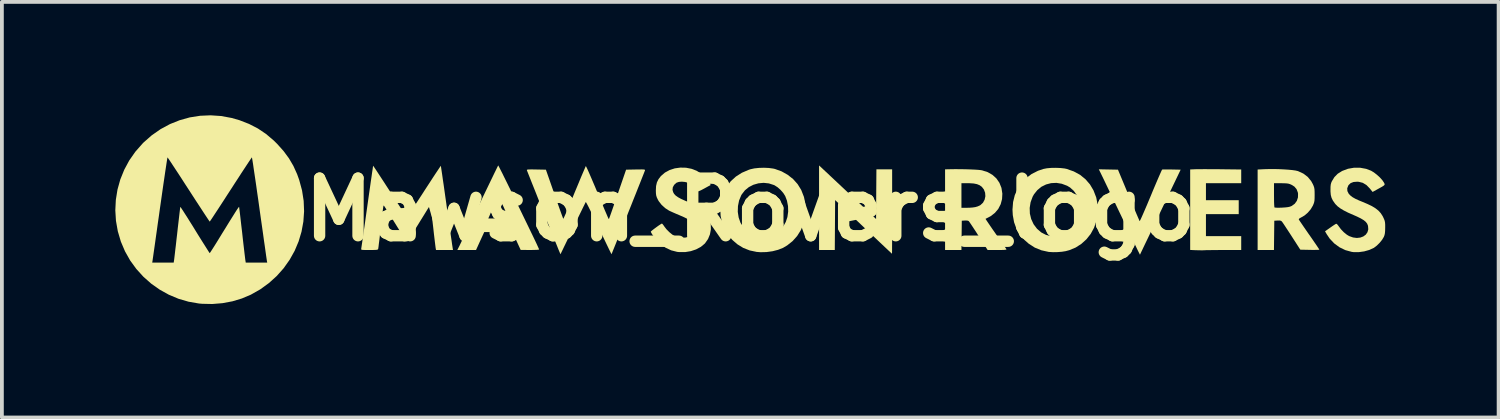
<source format=kicad_pcb>
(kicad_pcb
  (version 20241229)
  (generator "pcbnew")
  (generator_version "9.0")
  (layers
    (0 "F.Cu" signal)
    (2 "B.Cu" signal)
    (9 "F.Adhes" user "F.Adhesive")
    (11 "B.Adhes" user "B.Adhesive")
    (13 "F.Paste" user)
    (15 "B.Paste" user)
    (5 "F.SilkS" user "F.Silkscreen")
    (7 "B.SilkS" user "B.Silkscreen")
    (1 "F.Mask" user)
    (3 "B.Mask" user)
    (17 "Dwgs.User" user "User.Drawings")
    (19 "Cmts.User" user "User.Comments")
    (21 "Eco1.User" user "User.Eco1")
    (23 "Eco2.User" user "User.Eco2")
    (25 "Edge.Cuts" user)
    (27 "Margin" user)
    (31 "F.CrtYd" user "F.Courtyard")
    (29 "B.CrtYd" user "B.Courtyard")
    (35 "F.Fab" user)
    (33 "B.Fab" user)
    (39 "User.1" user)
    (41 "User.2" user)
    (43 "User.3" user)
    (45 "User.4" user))
  (footprint "Mawson_Rovers_logo"
    (layer "F.Cu")
    (at 16.797 2.496)
    (property "Reference" "Mawson_Rovers_logo" (at 0 0 0) (layer "F.SilkS") (effects (font (size 1.524 1.524) (thickness 0.3))))
    (attr board_only exclude_from_pos_files exclude_from_bom)
    (fp_poly (pts (xy 12.138 -1.071) (xy 12.27 -1.071) (xy 12.407 -1.07) (xy 12.454 -1.069) (xy 12.983 -1.063) (xy 12.983 -0.7) (xy 12.05 -0.7) (xy 12.05 -0.25) (xy 12.917 -0.25) (xy 12.917 0.117) (xy 12.05 0.117) (xy 12.05 0.7) (xy 12.983 0.7) (xy 12.983 1.067) (xy 12.537 1.067) (xy 12.414 1.067) (xy 12.297 1.068) (xy 12.192 1.069) (xy 12.105 1.07) (xy 12.041 1.071) (xy 12.008 1.073) (xy 11.951 1.075) (xy 11.876 1.074) (xy 11.795 1.072) (xy 11.779 1.072) (xy 11.633 1.065) (xy 11.633 -1.064) (xy 11.779 -1.07) (xy 11.833 -1.071) (xy 11.914 -1.071) (xy 12.018 -1.072)) (stroke (width 0) (type solid)) (fill yes) (layer "F.SilkS"))
    (fp_poly (pts (xy 1.996 -1.003) (xy 2.046 -0.957) (xy 2.116 -0.89) (xy 2.204 -0.808) (xy 2.306 -0.712) (xy 2.419 -0.606) (xy 2.538 -0.494) (xy 2.661 -0.378) (xy 2.75 -0.295) (xy 3.325 0.247) (xy 3.329 -0.41) (xy 3.334 -1.067) (xy 3.75 -1.067) (xy 3.75 0.05) (xy 3.75 0.24) (xy 3.75 0.419) (xy 3.749 0.585) (xy 3.749 0.736) (xy 3.749 0.869) (xy 3.748 0.98) (xy 3.748 1.068) (xy 3.747 1.129) (xy 3.746 1.161) (xy 3.746 1.166) (xy 3.733 1.154) (xy 3.699 1.122) (xy 3.644 1.071) (xy 3.571 1.002) (xy 3.483 0.919) (xy 3.38 0.822) (xy 3.266 0.714) (xy 3.142 0.597) (xy 3.011 0.473) (xy 2.992 0.455) (xy 2.242 -0.254) (xy 2.233 1.067) (xy 1.817 1.067) (xy 1.817 -1.17)) (stroke (width 0) (type solid)) (fill yes) (layer "F.SilkS"))
    (fp_poly (pts (xy 9.469 -1.063) (xy 9.723 -1.058) (xy 10.004 -0.383) (xy 10.063 -0.242) (xy 10.118 -0.11) (xy 10.169 0.009) (xy 10.213 0.112) (xy 10.249 0.196) (xy 10.276 0.258) (xy 10.292 0.295) (xy 10.297 0.303) (xy 10.305 0.291) (xy 10.325 0.251) (xy 10.355 0.186) (xy 10.393 0.099) (xy 10.439 -0.007) (xy 10.491 -0.128) (xy 10.547 -0.262) (xy 10.592 -0.369) (xy 10.651 -0.512) (xy 10.707 -0.644) (xy 10.758 -0.764) (xy 10.803 -0.868) (xy 10.84 -0.952) (xy 10.868 -1.015) (xy 10.886 -1.052) (xy 10.892 -1.061) (xy 10.915 -1.063) (xy 10.964 -1.064) (xy 11.033 -1.064) (xy 11.116 -1.064) (xy 11.145 -1.063) (xy 11.381 -1.058) (xy 10.874 0) (xy 10.789 0.178) (xy 10.708 0.348) (xy 10.631 0.508) (xy 10.561 0.655) (xy 10.498 0.787) (xy 10.443 0.901) (xy 10.398 0.995) (xy 10.365 1.065) (xy 10.343 1.11) (xy 10.336 1.125) (xy 10.305 1.192) (xy 10.263 1.108) (xy 10.248 1.079) (xy 10.221 1.022) (xy 10.182 0.941) (xy 10.132 0.838) (xy 10.074 0.716) (xy 10.007 0.579) (xy 9.935 0.428) (xy 9.858 0.266) (xy 9.777 0.097) (xy 9.758 0.058) (xy 9.677 -0.112) (xy 9.599 -0.275) (xy 9.525 -0.428) (xy 9.458 -0.569) (xy 9.398 -0.694) (xy 9.347 -0.801) (xy 9.305 -0.887) (xy 9.275 -0.949) (xy 9.258 -0.984) (xy 9.256 -0.988) (xy 9.216 -1.068)) (stroke (width 0) (type solid)) (fill yes) (layer "F.SilkS"))
    (fp_poly (pts (xy -6.661 -1.157) (xy -6.64 -1.117) (xy -6.607 -1.052) (xy -6.563 -0.966) (xy -6.511 -0.86) (xy -6.451 -0.739) (xy -6.385 -0.605) (xy -6.314 -0.461) (xy -6.24 -0.309) (xy -6.164 -0.153) (xy -6.087 0.005) (xy -6.011 0.162) (xy -5.937 0.315) (xy -5.866 0.461) (xy -5.8 0.598) (xy -5.74 0.722) (xy -5.688 0.831) (xy -5.645 0.922) (xy -5.613 0.993) (xy -5.592 1.039) (xy -5.586 1.053) (xy -5.6 1.057) (xy -5.641 1.062) (xy -5.705 1.064) (xy -5.785 1.066) (xy -5.828 1.066) (xy -6.075 1.065) (xy -6.293 0.592) (xy -7.039 0.592) (xy -7.148 0.829) (xy -7.256 1.067) (xy -7.751 1.067) (xy -7.708 0.982) (xy -7.693 0.953) (xy -7.666 0.896) (xy -7.627 0.815) (xy -7.577 0.712) (xy -7.518 0.589) (xy -7.451 0.451) (xy -7.378 0.298) (xy -7.347 0.233) (xy -6.932 0.233) (xy -6.664 0.233) (xy -6.56 0.233) (xy -6.486 0.231) (xy -6.437 0.227) (xy -6.411 0.222) (xy -6.404 0.214) (xy -6.405 0.212) (xy -6.438 0.131) (xy -6.476 0.043) (xy -6.516 -0.048) (xy -6.556 -0.135) (xy -6.593 -0.214) (xy -6.625 -0.28) (xy -6.65 -0.328) (xy -6.665 -0.353) (xy -6.668 -0.355) (xy -6.678 -0.34) (xy -6.695 -0.303) (xy -6.723 -0.244) (xy -6.76 -0.16) (xy -6.809 -0.05) (xy -6.869 0.088) (xy -6.901 0.163) (xy -6.932 0.233) (xy -7.347 0.233) (xy -7.299 0.134) (xy -7.217 -0.038) (xy -7.173 -0.13) (xy -7.09 -0.304) (xy -7.011 -0.468) (xy -6.937 -0.621) (xy -6.87 -0.76) (xy -6.81 -0.884) (xy -6.76 -0.988) (xy -6.719 -1.071) (xy -6.69 -1.131) (xy -6.673 -1.164) (xy -6.669 -1.171)) (stroke (width 0) (type solid)) (fill yes) (layer "F.SilkS"))
    (fp_poly (pts (xy 0.489 -1.103) (xy 0.606 -1.087) (xy 0.65 -1.077) (xy 0.827 -1.013) (xy 0.988 -0.922) (xy 1.13 -0.81) (xy 1.249 -0.677) (xy 1.342 -0.527) (xy 1.347 -0.517) (xy 1.417 -0.338) (xy 1.456 -0.155) (xy 1.466 0.028) (xy 1.448 0.209) (xy 1.403 0.382) (xy 1.332 0.546) (xy 1.237 0.697) (xy 1.117 0.831) (xy 0.975 0.944) (xy 0.864 1.01) (xy 0.735 1.061) (xy 0.587 1.099) (xy 0.428 1.121) (xy 0.269 1.125) (xy 0.167 1.117) (xy -0.017 1.078) (xy -0.188 1.011) (xy -0.341 0.917) (xy -0.476 0.801) (xy -0.591 0.665) (xy -0.682 0.511) (xy -0.748 0.343) (xy -0.787 0.163) (xy -0.792 0.056) (xy -0.333 0.056) (xy -0.31 0.206) (xy -0.262 0.343) (xy -0.254 0.358) (xy -0.177 0.473) (xy -0.078 0.568) (xy 0.039 0.639) (xy 0.169 0.687) (xy 0.306 0.708) (xy 0.446 0.7) (xy 0.558 0.672) (xy 0.689 0.61) (xy 0.799 0.524) (xy 0.889 0.411) (xy 0.938 0.321) (xy 0.98 0.194) (xy 1 0.052) (xy 0.996 -0.094) (xy 0.968 -0.238) (xy 0.922 -0.36) (xy 0.871 -0.441) (xy 0.8 -0.522) (xy 0.72 -0.593) (xy 0.639 -0.645) (xy 0.624 -0.652) (xy 0.489 -0.695) (xy 0.35 -0.71) (xy 0.212 -0.697) (xy 0.08 -0.659) (xy -0.04 -0.597) (xy -0.144 -0.512) (xy -0.227 -0.405) (xy -0.241 -0.382) (xy -0.298 -0.245) (xy -0.328 -0.096) (xy -0.333 0.056) (xy -0.792 0.056) (xy -0.796 -0.027) (xy -0.794 -0.061) (xy -0.766 -0.261) (xy -0.711 -0.444) (xy -0.628 -0.608) (xy -0.519 -0.752) (xy -0.384 -0.875) (xy -0.224 -0.977) (xy -0.039 -1.056) (xy 0.001 -1.069) (xy 0.104 -1.092) (xy 0.227 -1.105) (xy 0.359 -1.109)) (stroke (width 0) (type solid)) (fill yes) (layer "F.SilkS"))
    (fp_poly (pts (xy 5.551 -1.071) (xy 5.685 -1.069) (xy 5.812 -1.065) (xy 5.927 -1.06) (xy 6.024 -1.054) (xy 6.097 -1.046) (xy 6.13 -1.04) (xy 6.277 -0.993) (xy 6.403 -0.921) (xy 6.507 -0.827) (xy 6.587 -0.712) (xy 6.64 -0.58) (xy 6.642 -0.572) (xy 6.665 -0.424) (xy 6.657 -0.28) (xy 6.621 -0.145) (xy 6.558 -0.022) (xy 6.469 0.084) (xy 6.357 0.171) (xy 6.305 0.199) (xy 6.26 0.222) (xy 6.228 0.238) (xy 6.22 0.242) (xy 6.228 0.256) (xy 6.253 0.294) (xy 6.292 0.352) (xy 6.343 0.427) (xy 6.404 0.516) (xy 6.473 0.614) (xy 6.488 0.636) (xy 6.559 0.737) (xy 6.623 0.83) (xy 6.68 0.91) (xy 6.725 0.976) (xy 6.757 1.022) (xy 6.772 1.044) (xy 6.773 1.046) (xy 6.771 1.054) (xy 6.751 1.06) (xy 6.709 1.064) (xy 6.643 1.066) (xy 6.547 1.066) (xy 6.53 1.066) (xy 6.275 1.066) (xy 6.034 0.691) (xy 5.97 0.59) (xy 5.91 0.499) (xy 5.858 0.42) (xy 5.816 0.358) (xy 5.787 0.316) (xy 5.773 0.299) (xy 5.745 0.289) (xy 5.698 0.286) (xy 5.672 0.287) (xy 5.592 0.292) (xy 5.583 1.067) (xy 5.15 1.067) (xy 5.15 -0.05) (xy 5.583 -0.05) (xy 5.724 -0.05) (xy 5.803 -0.052) (xy 5.88 -0.058) (xy 5.942 -0.067) (xy 5.949 -0.068) (xy 6.011 -0.086) (xy 6.069 -0.112) (xy 6.087 -0.123) (xy 6.154 -0.186) (xy 6.197 -0.267) (xy 6.216 -0.356) (xy 6.209 -0.448) (xy 6.177 -0.534) (xy 6.123 -0.604) (xy 6.065 -0.646) (xy 5.995 -0.675) (xy 5.907 -0.693) (xy 5.793 -0.7) (xy 5.756 -0.7) (xy 5.583 -0.7) (xy 5.583 -0.05) (xy 5.15 -0.05) (xy 5.15 -1.067) (xy 5.287 -1.07) (xy 5.417 -1.072)) (stroke (width 0) (type solid)) (fill yes) (layer "F.SilkS"))
    (fp_poly (pts (xy 8.202 -1.102) (xy 8.31 -1.09) (xy 8.367 -1.078) (xy 8.554 -1.012) (xy 8.72 -0.922) (xy 8.862 -0.807) (xy 8.982 -0.669) (xy 9.076 -0.51) (xy 9.146 -0.329) (xy 9.15 -0.314) (xy 9.174 -0.19) (xy 9.185 -0.048) (xy 9.182 0.099) (xy 9.166 0.238) (xy 9.151 0.305) (xy 9.089 0.481) (xy 9.001 0.642) (xy 8.888 0.784) (xy 8.754 0.905) (xy 8.603 1.002) (xy 8.436 1.071) (xy 8.339 1.097) (xy 8.238 1.113) (xy 8.122 1.122) (xy 8.006 1.124) (xy 7.904 1.118) (xy 7.886 1.116) (xy 7.697 1.074) (xy 7.523 1.003) (xy 7.364 0.901) (xy 7.248 0.799) (xy 7.128 0.658) (xy 7.037 0.503) (xy 6.975 0.332) (xy 6.941 0.143) (xy 6.933 -0.007) (xy 6.937 -0.047) (xy 7.388 -0.047) (xy 7.393 0.103) (xy 7.428 0.248) (xy 7.491 0.384) (xy 7.581 0.504) (xy 7.585 0.508) (xy 7.695 0.602) (xy 7.82 0.667) (xy 7.957 0.701) (xy 8.106 0.704) (xy 8.265 0.677) (xy 8.276 0.674) (xy 8.335 0.651) (xy 8.403 0.616) (xy 8.453 0.584) (xy 8.554 0.493) (xy 8.632 0.384) (xy 8.687 0.262) (xy 8.719 0.131) (xy 8.73 -0.005) (xy 8.718 -0.14) (xy 8.685 -0.27) (xy 8.63 -0.39) (xy 8.555 -0.497) (xy 8.458 -0.585) (xy 8.378 -0.633) (xy 8.236 -0.686) (xy 8.094 -0.709) (xy 7.954 -0.702) (xy 7.821 -0.667) (xy 7.698 -0.606) (xy 7.591 -0.518) (xy 7.502 -0.407) (xy 7.466 -0.343) (xy 7.412 -0.197) (xy 7.388 -0.047) (xy 6.937 -0.047) (xy 6.949 -0.202) (xy 6.994 -0.384) (xy 7.068 -0.552) (xy 7.168 -0.703) (xy 7.292 -0.834) (xy 7.44 -0.944) (xy 7.608 -1.029) (xy 7.75 -1.077) (xy 7.843 -1.095) (xy 7.957 -1.105) (xy 8.081 -1.107)) (stroke (width 0) (type solid)) (fill yes) (layer "F.SilkS"))
    (fp_poly (pts (xy 13.973 -1.072) (xy 14.103 -1.066) (xy 14.224 -1.058) (xy 14.331 -1.048) (xy 14.418 -1.036) (xy 14.478 -1.022) (xy 14.485 -1.02) (xy 14.626 -0.955) (xy 14.741 -0.868) (xy 14.832 -0.758) (xy 14.878 -0.675) (xy 14.899 -0.627) (xy 14.913 -0.584) (xy 14.921 -0.537) (xy 14.924 -0.476) (xy 14.925 -0.392) (xy 14.925 -0.392) (xy 14.924 -0.307) (xy 14.921 -0.246) (xy 14.913 -0.199) (xy 14.899 -0.156) (xy 14.878 -0.107) (xy 14.877 -0.105) (xy 14.821 -0.011) (xy 14.745 0.078) (xy 14.658 0.153) (xy 14.574 0.202) (xy 14.525 0.229) (xy 14.506 0.251) (xy 14.506 0.258) (xy 14.517 0.277) (xy 14.545 0.319) (xy 14.588 0.382) (xy 14.641 0.46) (xy 14.704 0.551) (xy 14.773 0.651) (xy 14.782 0.663) (xy 14.852 0.763) (xy 14.914 0.854) (xy 14.968 0.932) (xy 15.01 0.995) (xy 15.038 1.037) (xy 15.05 1.057) (xy 15.05 1.057) (xy 15.034 1.061) (xy 14.991 1.063) (xy 14.926 1.064) (xy 14.845 1.064) (xy 14.798 1.063) (xy 14.546 1.058) (xy 14.316 0.701) (xy 14.252 0.602) (xy 14.192 0.511) (xy 14.141 0.433) (xy 14.099 0.37) (xy 14.07 0.328) (xy 14.059 0.313) (xy 14.034 0.294) (xy 13.996 0.286) (xy 13.945 0.287) (xy 13.858 0.292) (xy 13.849 1.067) (xy 13.417 1.067) (xy 13.417 -0.7) (xy 13.85 -0.7) (xy 13.85 -0.386) (xy 13.851 -0.287) (xy 13.852 -0.199) (xy 13.855 -0.128) (xy 13.859 -0.08) (xy 13.862 -0.059) (xy 13.863 -0.059) (xy 13.883 -0.055) (xy 13.93 -0.052) (xy 13.996 -0.052) (xy 14.06 -0.054) (xy 14.153 -0.06) (xy 14.22 -0.068) (xy 14.272 -0.08) (xy 14.315 -0.097) (xy 14.319 -0.099) (xy 14.398 -0.156) (xy 14.454 -0.233) (xy 14.484 -0.325) (xy 14.486 -0.424) (xy 14.481 -0.454) (xy 14.447 -0.543) (xy 14.389 -0.611) (xy 14.31 -0.66) (xy 14.267 -0.678) (xy 14.225 -0.69) (xy 14.174 -0.696) (xy 14.106 -0.699) (xy 14.037 -0.7) (xy 13.85 -0.7) (xy 13.417 -0.7) (xy 13.417 -1.062) (xy 13.596 -1.071) (xy 13.714 -1.074) (xy 13.842 -1.075)) (stroke (width 0) (type solid)) (fill yes) (layer "F.SilkS"))
    (fp_poly (pts (xy 16.13 -1.109) (xy 16.288 -1.08) (xy 16.417 -1.031) (xy 16.493 -0.985) (xy 16.573 -0.923) (xy 16.65 -0.853) (xy 16.715 -0.781) (xy 16.758 -0.718) (xy 16.758 -0.717) (xy 16.771 -0.692) (xy 16.777 -0.672) (xy 16.771 -0.654) (xy 16.751 -0.635) (xy 16.711 -0.609) (xy 16.65 -0.575) (xy 16.585 -0.539) (xy 16.458 -0.469) (xy 16.383 -0.562) (xy 16.295 -0.652) (xy 16.199 -0.71) (xy 16.093 -0.737) (xy 16.053 -0.74) (xy 15.953 -0.732) (xy 15.878 -0.703) (xy 15.824 -0.652) (xy 15.817 -0.642) (xy 15.787 -0.567) (xy 15.791 -0.492) (xy 15.826 -0.422) (xy 15.87 -0.375) (xy 15.927 -0.331) (xy 16.003 -0.288) (xy 16.103 -0.242) (xy 16.173 -0.214) (xy 16.322 -0.151) (xy 16.442 -0.093) (xy 16.538 -0.034) (xy 16.614 0.027) (xy 16.674 0.093) (xy 16.723 0.169) (xy 16.737 0.197) (xy 16.762 0.251) (xy 16.778 0.295) (xy 16.787 0.341) (xy 16.791 0.398) (xy 16.791 0.475) (xy 16.789 0.562) (xy 16.783 0.626) (xy 16.772 0.676) (xy 16.755 0.72) (xy 16.709 0.797) (xy 16.644 0.877) (xy 16.569 0.951) (xy 16.494 1.008) (xy 16.487 1.012) (xy 16.371 1.065) (xy 16.236 1.103) (xy 16.094 1.123) (xy 15.959 1.123) (xy 15.906 1.116) (xy 15.738 1.07) (xy 15.583 0.995) (xy 15.443 0.892) (xy 15.323 0.765) (xy 15.244 0.648) (xy 15.2 0.572) (xy 15.336 0.476) (xy 15.396 0.434) (xy 15.447 0.4) (xy 15.483 0.378) (xy 15.494 0.372) (xy 15.514 0.38) (xy 15.542 0.411) (xy 15.559 0.435) (xy 15.621 0.518) (xy 15.697 0.597) (xy 15.777 0.662) (xy 15.837 0.698) (xy 15.941 0.735) (xy 16.04 0.748) (xy 16.133 0.738) (xy 16.213 0.708) (xy 16.278 0.66) (xy 16.322 0.597) (xy 16.344 0.52) (xy 16.337 0.431) (xy 16.334 0.42) (xy 16.314 0.37) (xy 16.278 0.323) (xy 16.224 0.278) (xy 16.147 0.232) (xy 16.044 0.181) (xy 15.955 0.142) (xy 15.811 0.079) (xy 15.695 0.02) (xy 15.603 -0.035) (xy 15.532 -0.089) (xy 15.476 -0.146) (xy 15.462 -0.163) (xy 15.407 -0.242) (xy 15.372 -0.314) (xy 15.352 -0.39) (xy 15.344 -0.482) (xy 15.344 -0.525) (xy 15.345 -0.606) (xy 15.351 -0.665) (xy 15.364 -0.713) (xy 15.381 -0.752) (xy 15.449 -0.863) (xy 15.536 -0.951) (xy 15.648 -1.021) (xy 15.655 -1.025) (xy 15.807 -1.082) (xy 15.968 -1.11)) (stroke (width 0) (type solid)) (fill yes) (layer "F.SilkS"))
    (fp_poly (pts (xy -1.703 -1.11) (xy -1.556 -1.081) (xy -1.423 -1.03) (xy -1.335 -0.976) (xy -1.246 -0.905) (xy -1.165 -0.825) (xy -1.102 -0.745) (xy -1.087 -0.721) (xy -1.05 -0.653) (xy -1.221 -0.559) (xy -1.304 -0.515) (xy -1.361 -0.49) (xy -1.392 -0.483) (xy -1.398 -0.487) (xy -1.421 -0.524) (xy -1.463 -0.571) (xy -1.517 -0.621) (xy -1.574 -0.667) (xy -1.626 -0.701) (xy -1.648 -0.711) (xy -1.727 -0.733) (xy -1.811 -0.741) (xy -1.889 -0.735) (xy -1.949 -0.715) (xy -1.956 -0.711) (xy -2.015 -0.658) (xy -2.051 -0.593) (xy -2.059 -0.526) (xy -2.057 -0.517) (xy -2.042 -0.463) (xy -2.016 -0.416) (xy -1.974 -0.372) (xy -1.913 -0.329) (xy -1.83 -0.284) (xy -1.721 -0.235) (xy -1.629 -0.198) (xy -1.501 -0.144) (xy -1.399 -0.093) (xy -1.316 -0.043) (xy -1.246 0.011) (xy -1.21 0.046) (xy -1.129 0.148) (xy -1.075 0.266) (xy -1.047 0.393) (xy -1.045 0.524) (xy -1.069 0.653) (xy -1.119 0.775) (xy -1.195 0.884) (xy -1.206 0.897) (xy -1.309 0.983) (xy -1.434 1.05) (xy -1.575 1.097) (xy -1.725 1.122) (xy -1.878 1.122) (xy -1.936 1.116) (xy -2.095 1.075) (xy -2.246 1.004) (xy -2.383 0.905) (xy -2.454 0.836) (xy -2.498 0.786) (xy -2.543 0.728) (xy -2.584 0.672) (xy -2.615 0.622) (xy -2.632 0.589) (xy -2.633 0.581) (xy -2.621 0.567) (xy -2.587 0.539) (xy -2.54 0.503) (xy -2.486 0.463) (xy -2.432 0.424) (xy -2.384 0.392) (xy -2.351 0.372) (xy -2.339 0.367) (xy -2.323 0.38) (xy -2.297 0.413) (xy -2.279 0.44) (xy -2.22 0.517) (xy -2.144 0.594) (xy -2.063 0.66) (xy -1.987 0.705) (xy -1.9 0.732) (xy -1.805 0.743) (xy -1.712 0.737) (xy -1.633 0.714) (xy -1.612 0.703) (xy -1.548 0.648) (xy -1.512 0.58) (xy -1.5 0.492) (xy -1.5 0.488) (xy -1.505 0.427) (xy -1.521 0.374) (xy -1.552 0.328) (xy -1.601 0.284) (xy -1.672 0.24) (xy -1.768 0.193) (xy -1.883 0.143) (xy -1.966 0.108) (xy -2.044 0.074) (xy -2.11 0.044) (xy -2.151 0.025) (xy -2.254 -0.042) (xy -2.349 -0.129) (xy -2.425 -0.227) (xy -2.449 -0.27) (xy -2.476 -0.328) (xy -2.491 -0.379) (xy -2.498 -0.435) (xy -2.5 -0.508) (xy -2.494 -0.625) (xy -2.472 -0.721) (xy -2.431 -0.805) (xy -2.369 -0.886) (xy -2.363 -0.892) (xy -2.26 -0.981) (xy -2.137 -1.048) (xy -1.999 -1.093) (xy -1.853 -1.113)) (stroke (width 0) (type solid)) (fill yes) (layer "F.SilkS"))
    (fp_poly (pts (xy -4.344 -1.141) (xy -4.324 -1.101) (xy -4.294 -1.036) (xy -4.256 -0.95) (xy -4.211 -0.846) (xy -4.16 -0.726) (xy -4.104 -0.595) (xy -4.076 -0.528) (xy -4.003 -0.353) (xy -3.942 -0.206) (xy -3.891 -0.085) (xy -3.85 0.013) (xy -3.817 0.089) (xy -3.792 0.147) (xy -3.774 0.19) (xy -3.761 0.218) (xy -3.752 0.236) (xy -3.746 0.244) (xy -3.743 0.247) (xy -3.74 0.246) (xy -3.74 0.246) (xy -3.734 0.229) (xy -3.717 0.184) (xy -3.692 0.114) (xy -3.66 0.023) (xy -3.622 -0.086) (xy -3.579 -0.211) (xy -3.532 -0.346) (xy -3.51 -0.41) (xy -3.287 -1.058) (xy -3.033 -1.063) (xy -2.936 -1.064) (xy -2.868 -1.065) (xy -2.823 -1.063) (xy -2.798 -1.059) (xy -2.787 -1.052) (xy -2.787 -1.042) (xy -2.787 -1.038) (xy -2.795 -1.019) (xy -2.813 -0.972) (xy -2.841 -0.901) (xy -2.878 -0.808) (xy -2.922 -0.696) (xy -2.973 -0.569) (xy -3.028 -0.429) (xy -3.088 -0.28) (xy -3.15 -0.123) (xy -3.214 0.036) (xy -3.278 0.197) (xy -3.341 0.355) (xy -3.402 0.508) (xy -3.46 0.652) (xy -3.514 0.785) (xy -3.561 0.903) (xy -3.602 1.004) (xy -3.635 1.085) (xy -3.658 1.143) (xy -3.671 1.174) (xy -3.673 1.178) (xy -3.68 1.164) (xy -3.701 1.123) (xy -3.733 1.058) (xy -3.775 0.971) (xy -3.825 0.867) (xy -3.883 0.746) (xy -3.947 0.614) (xy -4.009 0.483) (xy -4.077 0.342) (xy -4.14 0.211) (xy -4.198 0.093) (xy -4.249 -0.01) (xy -4.291 -0.094) (xy -4.324 -0.156) (xy -4.345 -0.193) (xy -4.353 -0.203) (xy -4.362 -0.186) (xy -4.384 -0.142) (xy -4.418 -0.074) (xy -4.461 0.015) (xy -4.513 0.121) (xy -4.572 0.243) (xy -4.636 0.376) (xy -4.691 0.491) (xy -4.759 0.631) (xy -4.821 0.762) (xy -4.878 0.88) (xy -4.928 0.983) (xy -4.968 1.067) (xy -4.999 1.13) (xy -5.017 1.168) (xy -5.023 1.178) (xy -5.029 1.164) (xy -5.047 1.121) (xy -5.076 1.052) (xy -5.113 0.959) (xy -5.159 0.846) (xy -5.213 0.713) (xy -5.272 0.564) (xy -5.337 0.402) (xy -5.406 0.228) (xy -5.463 0.087) (xy -5.535 -0.095) (xy -5.604 -0.268) (xy -5.668 -0.431) (xy -5.727 -0.579) (xy -5.78 -0.711) (xy -5.825 -0.825) (xy -5.861 -0.916) (xy -5.888 -0.984) (xy -5.905 -1.026) (xy -5.909 -1.038) (xy -5.912 -1.049) (xy -5.905 -1.057) (xy -5.886 -1.062) (xy -5.848 -1.064) (xy -5.789 -1.065) (xy -5.702 -1.064) (xy -5.664 -1.063) (xy -5.408 -1.058) (xy -5.183 -0.414) (xy -5.134 -0.274) (xy -5.089 -0.145) (xy -5.048 -0.029) (xy -5.012 0.071) (xy -4.983 0.151) (xy -4.962 0.207) (xy -4.95 0.237) (xy -4.948 0.24) (xy -4.94 0.228) (xy -4.921 0.187) (xy -4.891 0.121) (xy -4.853 0.034) (xy -4.808 -0.072) (xy -4.756 -0.194) (xy -4.699 -0.328) (xy -4.651 -0.446) (xy -4.591 -0.589) (xy -4.535 -0.723) (xy -4.485 -0.845) (xy -4.44 -0.951) (xy -4.403 -1.037) (xy -4.375 -1.102) (xy -4.358 -1.142) (xy -4.352 -1.153)) (stroke (width 0) (type solid)) (fill yes) (layer "F.SilkS"))
    (fp_poly (pts (xy -9.968 -1.149) (xy -9.942 -1.111) (xy -9.901 -1.05) (xy -9.848 -0.969) (xy -9.784 -0.871) (xy -9.71 -0.758) (xy -9.629 -0.633) (xy -9.542 -0.499) (xy -9.532 -0.484) (xy -9.445 -0.348) (xy -9.363 -0.222) (xy -9.288 -0.107) (xy -9.222 -0.006) (xy -9.167 0.077) (xy -9.124 0.141) (xy -9.096 0.183) (xy -9.084 0.199) (xy -9.083 0.199) (xy -9.073 0.186) (xy -9.046 0.147) (xy -9.005 0.085) (xy -8.951 0.004) (xy -8.886 -0.095) (xy -8.812 -0.208) (xy -8.731 -0.333) (xy -8.643 -0.468) (xy -8.634 -0.483) (xy -8.546 -0.618) (xy -8.464 -0.744) (xy -8.39 -0.858) (xy -8.324 -0.958) (xy -8.269 -1.04) (xy -8.227 -1.103) (xy -8.199 -1.144) (xy -8.188 -1.16) (xy -8.187 -1.16) (xy -8.184 -1.143) (xy -8.177 -1.096) (xy -8.166 -1.021) (xy -8.151 -0.922) (xy -8.134 -0.8) (xy -8.113 -0.66) (xy -8.091 -0.504) (xy -8.067 -0.333) (xy -8.041 -0.152) (xy -8.034 -0.098) (xy -8.007 0.087) (xy -7.982 0.264) (xy -7.959 0.429) (xy -7.938 0.579) (xy -7.919 0.712) (xy -7.902 0.824) (xy -7.89 0.913) (xy -7.88 0.976) (xy -7.875 1.009) (xy -7.875 1.012) (xy -7.865 1.067) (xy -8.314 1.067) (xy -8.323 1.021) (xy -8.327 0.993) (xy -8.334 0.937) (xy -8.344 0.857) (xy -8.356 0.756) (xy -8.37 0.639) (xy -8.384 0.511) (xy -8.393 0.433) (xy -8.408 0.303) (xy -8.422 0.183) (xy -8.434 0.078) (xy -8.445 -0.008) (xy -8.453 -0.071) (xy -8.459 -0.108) (xy -8.46 -0.115) (xy -8.462 -0.118) (xy -8.465 -0.119) (xy -8.47 -0.115) (xy -8.478 -0.104) (xy -8.493 -0.083) (xy -8.515 -0.049) (xy -8.546 0.000061) (xy -8.587 0.067) (xy -8.642 0.156) (xy -8.711 0.267) (xy -8.775 0.371) (xy -8.845 0.484) (xy -8.91 0.588) (xy -8.968 0.679) (xy -9.016 0.754) (xy -9.053 0.81) (xy -9.076 0.842) (xy -9.083 0.85) (xy -9.094 0.836) (xy -9.12 0.797) (xy -9.16 0.737) (xy -9.211 0.657) (xy -9.271 0.563) (xy -9.338 0.456) (xy -9.393 0.367) (xy -9.464 0.253) (xy -9.529 0.148) (xy -9.587 0.057) (xy -9.635 -0.019) (xy -9.671 -0.075) (xy -9.694 -0.108) (xy -9.701 -0.117) (xy -9.705 -0.101) (xy -9.712 -0.055) (xy -9.722 0.015) (xy -9.733 0.108) (xy -9.747 0.218) (xy -9.761 0.343) (xy -9.773 0.446) (xy -9.788 0.58) (xy -9.802 0.705) (xy -9.815 0.815) (xy -9.827 0.908) (xy -9.835 0.979) (xy -9.842 1.024) (xy -9.844 1.038) (xy -9.851 1.049) (xy -9.866 1.058) (xy -9.896 1.063) (xy -9.945 1.065) (xy -10.019 1.067) (xy -10.076 1.067) (xy -10.166 1.067) (xy -10.228 1.065) (xy -10.267 1.063) (xy -10.287 1.057) (xy -10.294 1.048) (xy -10.294 1.035) (xy -10.292 1.029) (xy -10.289 1.007) (xy -10.281 0.954) (xy -10.269 0.874) (xy -10.254 0.769) (xy -10.236 0.643) (xy -10.215 0.498) (xy -10.192 0.338) (xy -10.168 0.165) (xy -10.142 -0.019) (xy -10.133 -0.083) (xy -10.107 -0.268) (xy -10.082 -0.443) (xy -10.059 -0.605) (xy -10.038 -0.752) (xy -10.019 -0.881) (xy -10.004 -0.989) (xy -9.991 -1.073) (xy -9.983 -1.131) (xy -9.978 -1.159) (xy -9.977 -1.161)) (stroke (width 0) (type solid)) (fill yes) (layer "F.SilkS"))
    (fp_poly (pts (xy -13.996 -2.477) (xy -13.716 -2.425) (xy -13.514 -2.367) (xy -13.26 -2.268) (xy -13.027 -2.148) (xy -12.811 -2.003) (xy -12.607 -1.83) (xy -12.515 -1.739) (xy -12.346 -1.55) (xy -12.205 -1.359) (xy -12.087 -1.158) (xy -11.988 -0.939) (xy -11.933 -0.786) (xy -11.858 -0.509) (xy -11.815 -0.232) (xy -11.804 0.043) (xy -11.823 0.315) (xy -11.872 0.582) (xy -11.949 0.84) (xy -12.054 1.089) (xy -12.186 1.325) (xy -12.344 1.548) (xy -12.526 1.753) (xy -12.733 1.94) (xy -12.963 2.107) (xy -13.212 2.248) (xy -13.448 2.348) (xy -13.7 2.424) (xy -13.964 2.473) (xy -14.233 2.495) (xy -14.501 2.489) (xy -14.583 2.482) (xy -14.86 2.434) (xy -15.127 2.356) (xy -15.382 2.249) (xy -15.623 2.115) (xy -15.848 1.956) (xy -16.055 1.773) (xy -16.241 1.568) (xy -16.363 1.4) (xy -15.821 1.4) (xy -15.253 1.4) (xy -15.243 1.337) (xy -15.239 1.307) (xy -15.232 1.248) (xy -15.222 1.164) (xy -15.21 1.058) (xy -15.195 0.935) (xy -15.18 0.798) (xy -15.163 0.653) (xy -15.158 0.608) (xy -15.142 0.463) (xy -15.126 0.327) (xy -15.112 0.206) (xy -15.1 0.101) (xy -15.09 0.018) (xy -15.083 -0.04) (xy -15.079 -0.071) (xy -15.078 -0.074) (xy -15.068 -0.063) (xy -15.043 -0.027) (xy -15.004 0.032) (xy -14.954 0.111) (xy -14.892 0.207) (xy -14.823 0.318) (xy -14.746 0.44) (xy -14.691 0.53) (xy -14.611 0.66) (xy -14.536 0.78) (xy -14.468 0.888) (xy -14.409 0.981) (xy -14.361 1.057) (xy -14.326 1.112) (xy -14.305 1.143) (xy -14.3 1.149) (xy -14.289 1.135) (xy -14.264 1.097) (xy -14.226 1.038) (xy -14.178 0.963) (xy -14.123 0.875) (xy -14.084 0.812) (xy -13.969 0.624) (xy -13.869 0.463) (xy -13.785 0.326) (xy -13.714 0.213) (xy -13.657 0.122) (xy -13.612 0.05) (xy -13.577 -0.004) (xy -13.551 -0.041) (xy -13.535 -0.064) (xy -13.525 -0.074) (xy -13.523 -0.074) (xy -13.52 -0.054) (xy -13.514 -0.005) (xy -13.505 0.069) (xy -13.493 0.167) (xy -13.48 0.283) (xy -13.465 0.414) (xy -13.448 0.556) (xy -13.442 0.608) (xy -13.426 0.756) (xy -13.41 0.896) (xy -13.395 1.023) (xy -13.382 1.135) (xy -13.371 1.226) (xy -13.363 1.293) (xy -13.358 1.332) (xy -13.357 1.337) (xy -13.347 1.4) (xy -12.779 1.4) (xy -12.788 1.354) (xy -12.791 1.331) (xy -12.799 1.277) (xy -12.811 1.195) (xy -12.826 1.088) (xy -12.844 0.959) (xy -12.866 0.809) (xy -12.889 0.641) (xy -12.915 0.458) (xy -12.943 0.263) (xy -12.972 0.058) (xy -12.985 -0.037) (xy -13.014 -0.245) (xy -13.043 -0.443) (xy -13.069 -0.628) (xy -13.094 -0.799) (xy -13.117 -0.953) (xy -13.137 -1.087) (xy -13.153 -1.2) (xy -13.167 -1.287) (xy -13.177 -1.348) (xy -13.183 -1.379) (xy -13.184 -1.383) (xy -13.195 -1.37) (xy -13.222 -1.33) (xy -13.264 -1.268) (xy -13.319 -1.185) (xy -13.386 -1.083) (xy -13.463 -0.966) (xy -13.548 -0.834) (xy -13.641 -0.692) (xy -13.738 -0.541) (xy -13.743 -0.534) (xy -13.841 -0.383) (xy -13.933 -0.24) (xy -14.019 -0.108) (xy -14.096 0.01) (xy -14.164 0.113) (xy -14.219 0.197) (xy -14.261 0.26) (xy -14.289 0.301) (xy -14.3 0.315) (xy -14.3 0.315) (xy -14.31 0.302) (xy -14.337 0.263) (xy -14.379 0.2) (xy -14.434 0.117) (xy -14.5 0.016) (xy -14.577 -0.102) (xy -14.663 -0.233) (xy -14.755 -0.375) (xy -14.853 -0.527) (xy -14.858 -0.534) (xy -14.956 -0.685) (xy -15.048 -0.828) (xy -15.134 -0.96) (xy -15.212 -1.078) (xy -15.279 -1.18) (xy -15.335 -1.265) (xy -15.377 -1.328) (xy -15.405 -1.368) (xy -15.416 -1.383) (xy -15.416 -1.383) (xy -15.42 -1.367) (xy -15.428 -1.321) (xy -15.44 -1.246) (xy -15.455 -1.145) (xy -15.474 -1.022) (xy -15.495 -0.877) (xy -15.519 -0.715) (xy -15.545 -0.536) (xy -15.572 -0.345) (xy -15.601 -0.142) (xy -15.615 -0.046) (xy -15.644 0.163) (xy -15.673 0.362) (xy -15.699 0.551) (xy -15.724 0.726) (xy -15.746 0.884) (xy -15.766 1.024) (xy -15.783 1.141) (xy -15.796 1.235) (xy -15.806 1.302) (xy -15.811 1.34) (xy -15.812 1.346) (xy -15.821 1.4) (xy -16.363 1.4) (xy -16.404 1.344) (xy -16.541 1.101) (xy -16.65 0.845) (xy -16.731 0.571) (xy -16.78 0.294) (xy -16.797 0.016) (xy -16.783 -0.261) (xy -16.739 -0.534) (xy -16.665 -0.799) (xy -16.561 -1.056) (xy -16.429 -1.301) (xy -16.268 -1.532) (xy -16.08 -1.746) (xy -16.048 -1.779) (xy -15.831 -1.969) (xy -15.598 -2.131) (xy -15.351 -2.264) (xy -15.093 -2.367) (xy -14.827 -2.441) (xy -14.553 -2.484) (xy -14.276 -2.496)) (stroke (width 0) (type solid)) (fill yes) (layer "F.SilkS")))
  (gr_rect
    (start -3 -3)
    (end 36.588 7.992)
    (stroke (width 0.1) (type default))
    (fill no)
    (layer "Edge.Cuts")))
</source>
